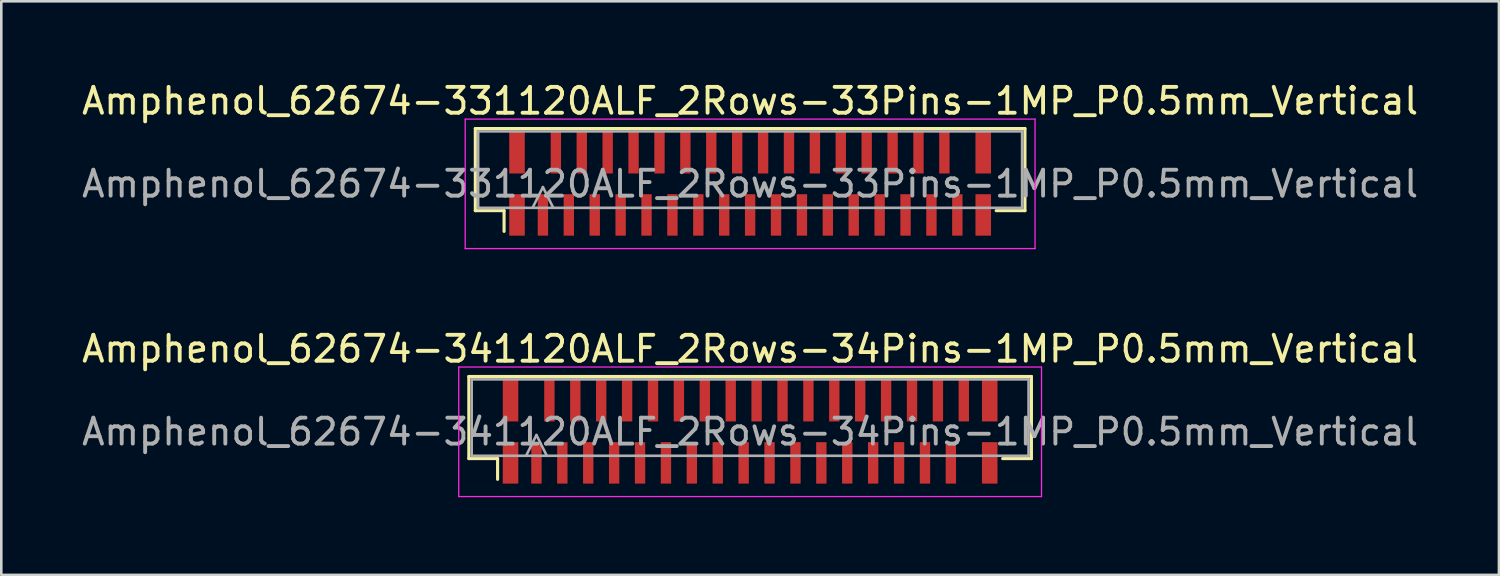
<source format=kicad_pcb>
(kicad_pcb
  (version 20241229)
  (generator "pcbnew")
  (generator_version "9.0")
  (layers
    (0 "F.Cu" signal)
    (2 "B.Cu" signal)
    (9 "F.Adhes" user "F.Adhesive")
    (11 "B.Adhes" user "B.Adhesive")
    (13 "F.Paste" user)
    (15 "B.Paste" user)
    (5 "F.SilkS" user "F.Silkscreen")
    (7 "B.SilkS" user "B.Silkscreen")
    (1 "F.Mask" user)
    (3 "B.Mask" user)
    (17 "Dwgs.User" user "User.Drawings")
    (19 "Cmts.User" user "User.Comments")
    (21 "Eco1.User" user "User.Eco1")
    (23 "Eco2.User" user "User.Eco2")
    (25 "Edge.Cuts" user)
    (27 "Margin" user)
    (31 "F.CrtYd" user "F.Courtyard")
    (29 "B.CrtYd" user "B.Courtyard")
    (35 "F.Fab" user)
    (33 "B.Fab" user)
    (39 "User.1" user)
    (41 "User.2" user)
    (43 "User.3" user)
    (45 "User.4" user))
  (footprint "Amphenol_62674-331120ALF_2Rows-33Pins-1MP_P0.5mm_Vertical"
    (layer "F.Cu")
    (at 25.911 4.048)
    (property "Reference" "Amphenol_62674-331120ALF_2Rows-33Pins-1MP_P0.5mm_Vertical" (at 0 -3.2 0) (layer "F.SilkS") (effects (font (size 1 1) (thickness 0.15))))
    (attr smd)
    (fp_line (start -10.61 -2.135) (end -10.61 1.035) (stroke (width 0.12) (type solid)) (layer "F.SilkS"))
    (fp_line (start -10.61 1.035) (end -9.5 1.035) (stroke (width 0.12) (type solid)) (layer "F.SilkS"))
    (fp_line (start -9.5 1.035) (end -9.5 1.835) (stroke (width 0.12) (type solid)) (layer "F.SilkS"))
    (fp_line (start 9.5 1.035) (end 10.61 1.035) (stroke (width 0.12) (type solid)) (layer "F.SilkS"))
    (fp_line (start 10.61 -2.135) (end -10.61 -2.135) (stroke (width 0.12) (type solid)) (layer "F.SilkS"))
    (fp_line (start 10.61 1.035) (end 10.61 -2.135) (stroke (width 0.12) (type solid)) (layer "F.SilkS"))
    (fp_line (start -11 -2.5) (end 11 -2.5) (stroke (width 0.05) (type solid)) (layer "F.CrtYd"))
    (fp_line (start -11 2.5) (end -11 -2.5) (stroke (width 0.05) (type solid)) (layer "F.CrtYd"))
    (fp_line (start 11 -2.5) (end 11 2.5) (stroke (width 0.05) (type solid)) (layer "F.CrtYd"))
    (fp_line (start 11 2.5) (end -11 2.5) (stroke (width 0.05) (type solid)) (layer "F.CrtYd"))
    (fp_line (start -10.5 -2.025) (end -10.5 0.925) (stroke (width 0.1) (type solid)) (layer "F.Fab"))
    (fp_line (start -10.5 0.925) (end 10.5 0.925) (stroke (width 0.1) (type solid)) (layer "F.Fab"))
    (fp_line (start -8.4 0.925) (end -8 0.125) (stroke (width 0.1) (type solid)) (layer "F.Fab"))
    (fp_line (start -8 0.125) (end -7.6 0.925) (stroke (width 0.1) (type solid)) (layer "F.Fab"))
    (fp_line (start 10.5 -2.025) (end -10.5 -2.025) (stroke (width 0.1) (type solid)) (layer "F.Fab"))
    (fp_line (start 10.5 0.925) (end 10.5 -2.025) (stroke (width 0.1) (type solid)) (layer "F.Fab"))
    (fp_text user "${REFERENCE}" (at 0 0 0) (layer "F.Fab") (effects (font (size 1 1) (thickness 0.15))))
    (pad "1" smd rect (at -8 1.2) (size 0.4 1.6) (layers "F.Cu" "F.Mask" "F.Paste"))
    (pad "2" smd rect (at -7.5 -1.2) (size 0.4 1.6) (layers "F.Cu" "F.Mask" "F.Paste"))
    (pad "3" smd rect (at -7 1.2) (size 0.4 1.6) (layers "F.Cu" "F.Mask" "F.Paste"))
    (pad "4" smd rect (at -6.5 -1.2) (size 0.4 1.6) (layers "F.Cu" "F.Mask" "F.Paste"))
    (pad "5" smd rect (at -6 1.2) (size 0.4 1.6) (layers "F.Cu" "F.Mask" "F.Paste"))
    (pad "6" smd rect (at -5.5 -1.2) (size 0.4 1.6) (layers "F.Cu" "F.Mask" "F.Paste"))
    (pad "7" smd rect (at -5 1.2) (size 0.4 1.6) (layers "F.Cu" "F.Mask" "F.Paste"))
    (pad "8" smd rect (at -4.5 -1.2) (size 0.4 1.6) (layers "F.Cu" "F.Mask" "F.Paste"))
    (pad "9" smd rect (at -4 1.2) (size 0.4 1.6) (layers "F.Cu" "F.Mask" "F.Paste"))
    (pad "10" smd rect (at -3.5 -1.2) (size 0.4 1.6) (layers "F.Cu" "F.Mask" "F.Paste"))
    (pad "11" smd rect (at -3 1.2) (size 0.4 1.6) (layers "F.Cu" "F.Mask" "F.Paste"))
    (pad "12" smd rect (at -2.5 -1.2) (size 0.4 1.6) (layers "F.Cu" "F.Mask" "F.Paste"))
    (pad "13" smd rect (at -2 1.2) (size 0.4 1.6) (layers "F.Cu" "F.Mask" "F.Paste"))
    (pad "14" smd rect (at -1.5 -1.2) (size 0.4 1.6) (layers "F.Cu" "F.Mask" "F.Paste"))
    (pad "15" smd rect (at -1 1.2) (size 0.4 1.6) (layers "F.Cu" "F.Mask" "F.Paste"))
    (pad "16" smd rect (at -0.5 -1.2) (size 0.4 1.6) (layers "F.Cu" "F.Mask" "F.Paste"))
    (pad "17" smd rect (at 0 1.2) (size 0.4 1.6) (layers "F.Cu" "F.Mask" "F.Paste"))
    (pad "18" smd rect (at 0.5 -1.2) (size 0.4 1.6) (layers "F.Cu" "F.Mask" "F.Paste"))
    (pad "19" smd rect (at 1 1.2) (size 0.4 1.6) (layers "F.Cu" "F.Mask" "F.Paste"))
    (pad "20" smd rect (at 1.5 -1.2) (size 0.4 1.6) (layers "F.Cu" "F.Mask" "F.Paste"))
    (pad "21" smd rect (at 2 1.2) (size 0.4 1.6) (layers "F.Cu" "F.Mask" "F.Paste"))
    (pad "22" smd rect (at 2.5 -1.2) (size 0.4 1.6) (layers "F.Cu" "F.Mask" "F.Paste"))
    (pad "23" smd rect (at 3 1.2) (size 0.4 1.6) (layers "F.Cu" "F.Mask" "F.Paste"))
    (pad "24" smd rect (at 3.5 -1.2) (size 0.4 1.6) (layers "F.Cu" "F.Mask" "F.Paste"))
    (pad "25" smd rect (at 4 1.2) (size 0.4 1.6) (layers "F.Cu" "F.Mask" "F.Paste"))
    (pad "26" smd rect (at 4.5 -1.2) (size 0.4 1.6) (layers "F.Cu" "F.Mask" "F.Paste"))
    (pad "27" smd rect (at 5 1.2) (size 0.4 1.6) (layers "F.Cu" "F.Mask" "F.Paste"))
    (pad "28" smd rect (at 5.5 -1.2) (size 0.4 1.6) (layers "F.Cu" "F.Mask" "F.Paste"))
    (pad "29" smd rect (at 6 1.2) (size 0.4 1.6) (layers "F.Cu" "F.Mask" "F.Paste"))
    (pad "30" smd rect (at 6.5 -1.2) (size 0.4 1.6) (layers "F.Cu" "F.Mask" "F.Paste"))
    (pad "31" smd rect (at 7 1.2) (size 0.4 1.6) (layers "F.Cu" "F.Mask" "F.Paste"))
    (pad "32" smd rect (at 7.5 -1.2) (size 0.4 1.6) (layers "F.Cu" "F.Mask" "F.Paste"))
    (pad "33" smd rect (at 8 1.2) (size 0.4 1.6) (layers "F.Cu" "F.Mask" "F.Paste"))
    (pad "MP" smd rect (at -9 -1.2) (size 0.6 1.6) (layers "F.Cu" "F.Mask" "F.Paste"))
    (pad "MP" smd rect (at -9 1.2) (size 0.6 1.6) (layers "F.Cu" "F.Mask" "F.Paste"))
    (pad "MP" smd rect (at 9 -1.2) (size 0.6 1.6) (layers "F.Cu" "F.Mask" "F.Paste"))
    (pad "MP" smd rect (at 9 1.2) (size 0.6 1.6) (layers "F.Cu" "F.Mask" "F.Paste")))
  (footprint "Amphenol_62674-341120ALF_2Rows-34Pins-1MP_P0.5mm_Vertical"
    (layer "F.Cu")
    (at 25.911 13.621)
    (property "Reference" "Amphenol_62674-341120ALF_2Rows-34Pins-1MP_P0.5mm_Vertical" (at 0 -3.2 0) (layer "F.SilkS") (effects (font (size 1 1) (thickness 0.15))))
    (attr smd)
    (fp_line (start -10.86 -2.135) (end -10.86 1.035) (stroke (width 0.12) (type solid)) (layer "F.SilkS"))
    (fp_line (start -10.86 1.035) (end -9.75 1.035) (stroke (width 0.12) (type solid)) (layer "F.SilkS"))
    (fp_line (start -9.75 1.035) (end -9.75 1.835) (stroke (width 0.12) (type solid)) (layer "F.SilkS"))
    (fp_line (start 9.75 1.035) (end 10.86 1.035) (stroke (width 0.12) (type solid)) (layer "F.SilkS"))
    (fp_line (start 10.86 -2.135) (end -10.86 -2.135) (stroke (width 0.12) (type solid)) (layer "F.SilkS"))
    (fp_line (start 10.86 1.035) (end 10.86 -2.135) (stroke (width 0.12) (type solid)) (layer "F.SilkS"))
    (fp_line (start -11.25 -2.5) (end 11.25 -2.5) (stroke (width 0.05) (type solid)) (layer "F.CrtYd"))
    (fp_line (start -11.25 2.5) (end -11.25 -2.5) (stroke (width 0.05) (type solid)) (layer "F.CrtYd"))
    (fp_line (start 11.25 -2.5) (end 11.25 2.5) (stroke (width 0.05) (type solid)) (layer "F.CrtYd"))
    (fp_line (start 11.25 2.5) (end -11.25 2.5) (stroke (width 0.05) (type solid)) (layer "F.CrtYd"))
    (fp_line (start -10.75 -2.025) (end -10.75 0.925) (stroke (width 0.1) (type solid)) (layer "F.Fab"))
    (fp_line (start -10.75 0.925) (end 10.75 0.925) (stroke (width 0.1) (type solid)) (layer "F.Fab"))
    (fp_line (start -8.65 0.925) (end -8.25 0.125) (stroke (width 0.1) (type solid)) (layer "F.Fab"))
    (fp_line (start -8.25 0.125) (end -7.85 0.925) (stroke (width 0.1) (type solid)) (layer "F.Fab"))
    (fp_line (start 10.75 -2.025) (end -10.75 -2.025) (stroke (width 0.1) (type solid)) (layer "F.Fab"))
    (fp_line (start 10.75 0.925) (end 10.75 -2.025) (stroke (width 0.1) (type solid)) (layer "F.Fab"))
    (fp_text user "${REFERENCE}" (at 0 0 0) (layer "F.Fab") (effects (font (size 1 1) (thickness 0.15))))
    (pad "1" smd rect (at -8.25 1.2) (size 0.4 1.6) (layers "F.Cu" "F.Mask" "F.Paste"))
    (pad "2" smd rect (at -7.75 -1.2) (size 0.4 1.6) (layers "F.Cu" "F.Mask" "F.Paste"))
    (pad "3" smd rect (at -7.25 1.2) (size 0.4 1.6) (layers "F.Cu" "F.Mask" "F.Paste"))
    (pad "4" smd rect (at -6.75 -1.2) (size 0.4 1.6) (layers "F.Cu" "F.Mask" "F.Paste"))
    (pad "5" smd rect (at -6.25 1.2) (size 0.4 1.6) (layers "F.Cu" "F.Mask" "F.Paste"))
    (pad "6" smd rect (at -5.75 -1.2) (size 0.4 1.6) (layers "F.Cu" "F.Mask" "F.Paste"))
    (pad "7" smd rect (at -5.25 1.2) (size 0.4 1.6) (layers "F.Cu" "F.Mask" "F.Paste"))
    (pad "8" smd rect (at -4.75 -1.2) (size 0.4 1.6) (layers "F.Cu" "F.Mask" "F.Paste"))
    (pad "9" smd rect (at -4.25 1.2) (size 0.4 1.6) (layers "F.Cu" "F.Mask" "F.Paste"))
    (pad "10" smd rect (at -3.75 -1.2) (size 0.4 1.6) (layers "F.Cu" "F.Mask" "F.Paste"))
    (pad "11" smd rect (at -3.25 1.2) (size 0.4 1.6) (layers "F.Cu" "F.Mask" "F.Paste"))
    (pad "12" smd rect (at -2.75 -1.2) (size 0.4 1.6) (layers "F.Cu" "F.Mask" "F.Paste"))
    (pad "13" smd rect (at -2.25 1.2) (size 0.4 1.6) (layers "F.Cu" "F.Mask" "F.Paste"))
    (pad "14" smd rect (at -1.75 -1.2) (size 0.4 1.6) (layers "F.Cu" "F.Mask" "F.Paste"))
    (pad "15" smd rect (at -1.25 1.2) (size 0.4 1.6) (layers "F.Cu" "F.Mask" "F.Paste"))
    (pad "16" smd rect (at -0.75 -1.2) (size 0.4 1.6) (layers "F.Cu" "F.Mask" "F.Paste"))
    (pad "17" smd rect (at -0.25 1.2) (size 0.4 1.6) (layers "F.Cu" "F.Mask" "F.Paste"))
    (pad "18" smd rect (at 0.25 -1.2) (size 0.4 1.6) (layers "F.Cu" "F.Mask" "F.Paste"))
    (pad "19" smd rect (at 0.75 1.2) (size 0.4 1.6) (layers "F.Cu" "F.Mask" "F.Paste"))
    (pad "20" smd rect (at 1.25 -1.2) (size 0.4 1.6) (layers "F.Cu" "F.Mask" "F.Paste"))
    (pad "21" smd rect (at 1.75 1.2) (size 0.4 1.6) (layers "F.Cu" "F.Mask" "F.Paste"))
    (pad "22" smd rect (at 2.25 -1.2) (size 0.4 1.6) (layers "F.Cu" "F.Mask" "F.Paste"))
    (pad "23" smd rect (at 2.75 1.2) (size 0.4 1.6) (layers "F.Cu" "F.Mask" "F.Paste"))
    (pad "24" smd rect (at 3.25 -1.2) (size 0.4 1.6) (layers "F.Cu" "F.Mask" "F.Paste"))
    (pad "25" smd rect (at 3.75 1.2) (size 0.4 1.6) (layers "F.Cu" "F.Mask" "F.Paste"))
    (pad "26" smd rect (at 4.25 -1.2) (size 0.4 1.6) (layers "F.Cu" "F.Mask" "F.Paste"))
    (pad "27" smd rect (at 4.75 1.2) (size 0.4 1.6) (layers "F.Cu" "F.Mask" "F.Paste"))
    (pad "28" smd rect (at 5.25 -1.2) (size 0.4 1.6) (layers "F.Cu" "F.Mask" "F.Paste"))
    (pad "29" smd rect (at 5.75 1.2) (size 0.4 1.6) (layers "F.Cu" "F.Mask" "F.Paste"))
    (pad "30" smd rect (at 6.25 -1.2) (size 0.4 1.6) (layers "F.Cu" "F.Mask" "F.Paste"))
    (pad "31" smd rect (at 6.75 1.2) (size 0.4 1.6) (layers "F.Cu" "F.Mask" "F.Paste"))
    (pad "32" smd rect (at 7.25 -1.2) (size 0.4 1.6) (layers "F.Cu" "F.Mask" "F.Paste"))
    (pad "33" smd rect (at 7.75 1.2) (size 0.4 1.6) (layers "F.Cu" "F.Mask" "F.Paste"))
    (pad "34" smd rect (at 8.25 -1.2) (size 0.4 1.6) (layers "F.Cu" "F.Mask" "F.Paste"))
    (pad "MP" smd rect (at -9.25 -1.2) (size 0.6 1.6) (layers "F.Cu" "F.Mask" "F.Paste"))
    (pad "MP" smd rect (at -9.25 1.2) (size 0.6 1.6) (layers "F.Cu" "F.Mask" "F.Paste"))
    (pad "MP" smd rect (at 9.25 -1.2) (size 0.6 1.6) (layers "F.Cu" "F.Mask" "F.Paste"))
    (pad "MP" smd rect (at 9.25 1.2) (size 0.6 1.6) (layers "F.Cu" "F.Mask" "F.Paste")))
  (gr_rect
    (start -3 -3)
    (end 54.821 19.146)
    (stroke (width 0.1) (type default))
    (fill no)
    (layer "Edge.Cuts")))
</source>
